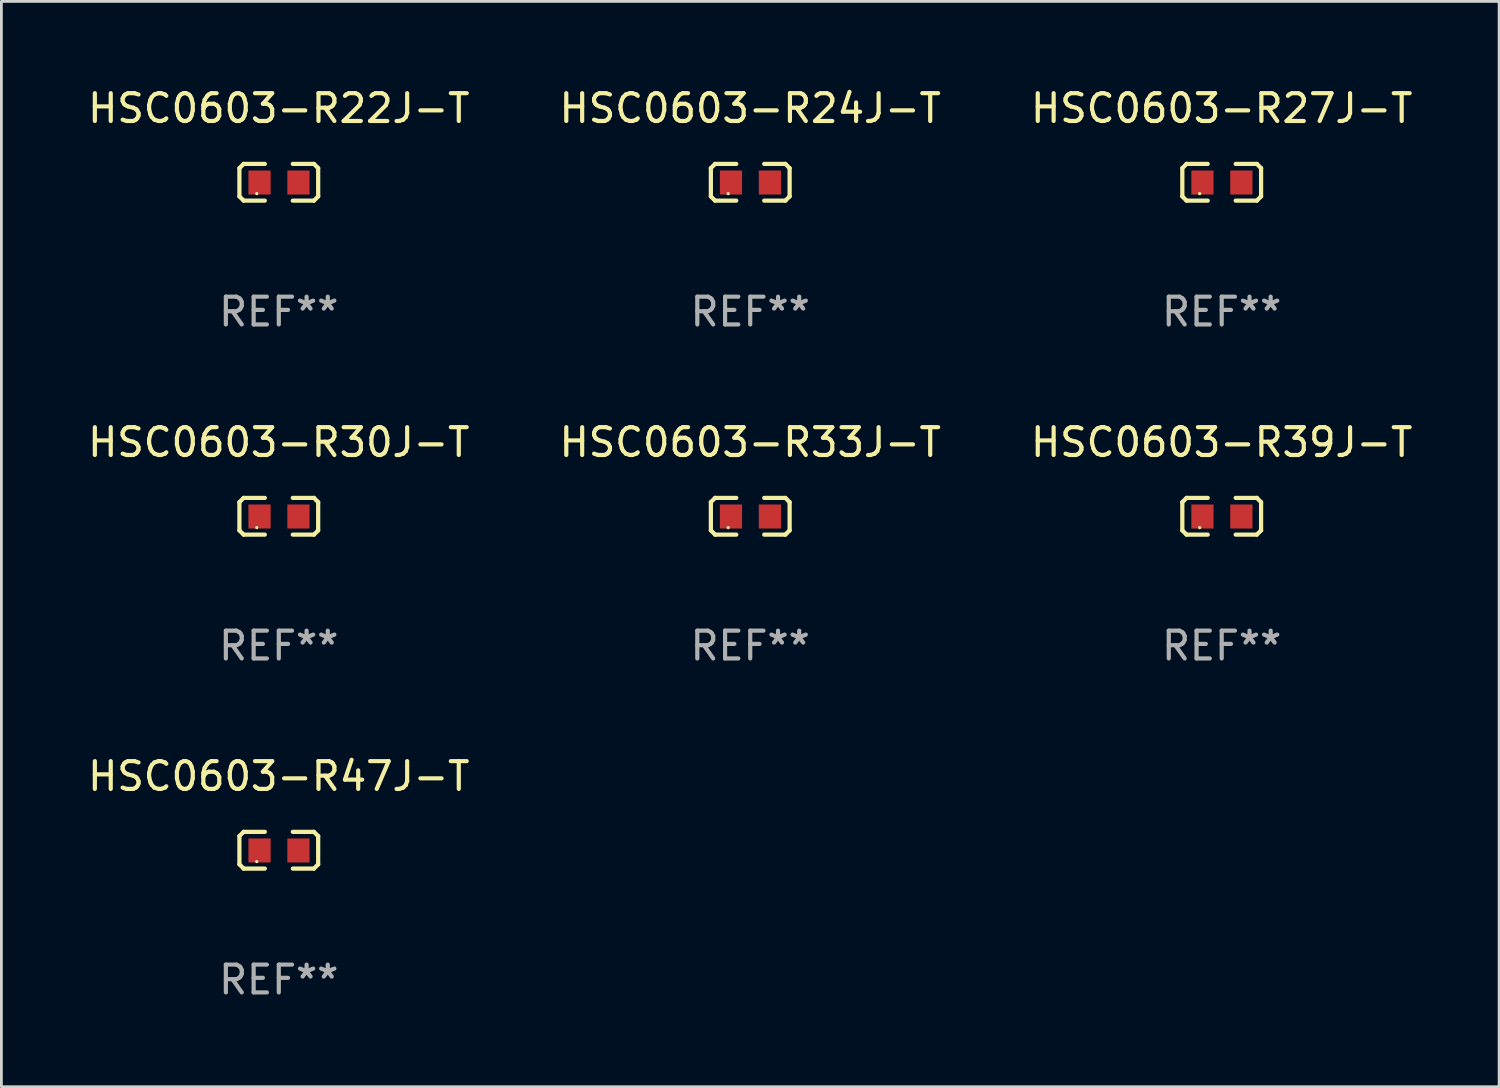
<source format=kicad_pcb>
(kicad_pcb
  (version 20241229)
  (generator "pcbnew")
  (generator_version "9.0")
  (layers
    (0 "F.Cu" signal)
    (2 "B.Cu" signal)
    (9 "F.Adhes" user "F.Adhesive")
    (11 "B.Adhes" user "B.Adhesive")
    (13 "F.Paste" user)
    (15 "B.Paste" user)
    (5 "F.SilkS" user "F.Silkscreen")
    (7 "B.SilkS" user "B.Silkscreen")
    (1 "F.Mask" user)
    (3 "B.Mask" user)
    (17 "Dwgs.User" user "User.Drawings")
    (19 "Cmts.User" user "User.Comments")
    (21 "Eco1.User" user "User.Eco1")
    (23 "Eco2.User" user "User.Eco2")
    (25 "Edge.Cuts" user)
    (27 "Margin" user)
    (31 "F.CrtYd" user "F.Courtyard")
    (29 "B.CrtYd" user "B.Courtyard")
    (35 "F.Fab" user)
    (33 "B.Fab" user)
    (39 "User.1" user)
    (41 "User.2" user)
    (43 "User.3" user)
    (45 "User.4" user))
  (footprint "HSC0603-R33J-T"
    (layer "F.Cu")
    (at 23.946 15.527)
    (property "Reference" "HSC0603-R33J-T" (at 0 -2.661 0) (layer "F.SilkS") (effects (font (size 1 1) (thickness 0.15))))
    (attr through_hole)
    (fp_line (start -1.417 -0.508) (end -1.265 -0.661) (stroke (width 0.152) (type solid)) (layer "F.SilkS"))
    (fp_line (start -1.417 0.508) (end -1.417 -0.508) (stroke (width 0.152) (type solid)) (layer "F.SilkS"))
    (fp_line (start -1.265 -0.661) (end -0.503 -0.661) (stroke (width 0.152) (type solid)) (layer "F.SilkS"))
    (fp_line (start -1.265 0.661) (end -1.417 0.508) (stroke (width 0.152) (type solid)) (layer "F.SilkS"))
    (fp_line (start -1.265 0.661) (end -0.503 0.661) (stroke (width 0.152) (type solid)) (layer "F.SilkS"))
    (fp_line (start 1.265 -0.661) (end 0.503 -0.661) (stroke (width 0.152) (type solid)) (layer "F.SilkS"))
    (fp_line (start 1.265 -0.661) (end 1.417 -0.508) (stroke (width 0.152) (type solid)) (layer "F.SilkS"))
    (fp_line (start 1.265 0.661) (end 0.503 0.661) (stroke (width 0.152) (type solid)) (layer "F.SilkS"))
    (fp_line (start 1.417 -0.508) (end 1.417 0.508) (stroke (width 0.152) (type solid)) (layer "F.SilkS"))
    (fp_line (start 1.417 0.508) (end 1.265 0.661) (stroke (width 0.152) (type solid)) (layer "F.SilkS"))
    (fp_circle (center -0.793 0.409) (end -0.763 0.409) (stroke (width 0.06) (type solid)) (fill no) (layer "F.SilkS"))
    (fp_text user "REF**" (at 0 4.661 0) (layer "F.Fab") (effects (font (size 1 1) (thickness 0.15))))
    (pad "1" smd rect (at -0.693 0.009 180) (size 0.8 0.864) (layers "F.Cu" "F.Mask" "F.Paste"))
    (pad "2" smd rect (at 0.707 0.009 180) (size 0.8 0.864) (layers "F.Cu" "F.Mask" "F.Paste")))
  (footprint "HSC0603-R24J-T"
    (layer "F.Cu")
    (at 23.946 3.509)
    (property "Reference" "HSC0603-R24J-T" (at 0 -2.661 0) (layer "F.SilkS") (effects (font (size 1 1) (thickness 0.15))))
    (attr through_hole)
    (fp_line (start -1.417 -0.508) (end -1.265 -0.661) (stroke (width 0.152) (type solid)) (layer "F.SilkS"))
    (fp_line (start -1.417 0.508) (end -1.417 -0.508) (stroke (width 0.152) (type solid)) (layer "F.SilkS"))
    (fp_line (start -1.265 -0.661) (end -0.503 -0.661) (stroke (width 0.152) (type solid)) (layer "F.SilkS"))
    (fp_line (start -1.265 0.661) (end -1.417 0.508) (stroke (width 0.152) (type solid)) (layer "F.SilkS"))
    (fp_line (start -1.265 0.661) (end -0.503 0.661) (stroke (width 0.152) (type solid)) (layer "F.SilkS"))
    (fp_line (start 1.265 -0.661) (end 0.503 -0.661) (stroke (width 0.152) (type solid)) (layer "F.SilkS"))
    (fp_line (start 1.265 -0.661) (end 1.417 -0.508) (stroke (width 0.152) (type solid)) (layer "F.SilkS"))
    (fp_line (start 1.265 0.661) (end 0.503 0.661) (stroke (width 0.152) (type solid)) (layer "F.SilkS"))
    (fp_line (start 1.417 -0.508) (end 1.417 0.508) (stroke (width 0.152) (type solid)) (layer "F.SilkS"))
    (fp_line (start 1.417 0.508) (end 1.265 0.661) (stroke (width 0.152) (type solid)) (layer "F.SilkS"))
    (fp_circle (center -0.793 0.409) (end -0.763 0.409) (stroke (width 0.06) (type solid)) (fill no) (layer "F.SilkS"))
    (fp_text user "REF**" (at 0 4.661 0) (layer "F.Fab") (effects (font (size 1 1) (thickness 0.15))))
    (pad "1" smd rect (at -0.693 0.009 180) (size 0.8 0.864) (layers "F.Cu" "F.Mask" "F.Paste"))
    (pad "2" smd rect (at 0.707 0.009 180) (size 0.8 0.864) (layers "F.Cu" "F.Mask" "F.Paste")))
  (footprint "HSC0603-R39J-T"
    (layer "F.Cu")
    (at 40.911 15.527)
    (property "Reference" "HSC0603-R39J-T" (at 0 -2.661 0) (layer "F.SilkS") (effects (font (size 1 1) (thickness 0.15))))
    (attr through_hole)
    (fp_line (start -1.417 -0.508) (end -1.265 -0.661) (stroke (width 0.152) (type solid)) (layer "F.SilkS"))
    (fp_line (start -1.417 0.508) (end -1.417 -0.508) (stroke (width 0.152) (type solid)) (layer "F.SilkS"))
    (fp_line (start -1.265 -0.661) (end -0.503 -0.661) (stroke (width 0.152) (type solid)) (layer "F.SilkS"))
    (fp_line (start -1.265 0.661) (end -1.417 0.508) (stroke (width 0.152) (type solid)) (layer "F.SilkS"))
    (fp_line (start -1.265 0.661) (end -0.503 0.661) (stroke (width 0.152) (type solid)) (layer "F.SilkS"))
    (fp_line (start 1.265 -0.661) (end 0.503 -0.661) (stroke (width 0.152) (type solid)) (layer "F.SilkS"))
    (fp_line (start 1.265 -0.661) (end 1.417 -0.508) (stroke (width 0.152) (type solid)) (layer "F.SilkS"))
    (fp_line (start 1.265 0.661) (end 0.503 0.661) (stroke (width 0.152) (type solid)) (layer "F.SilkS"))
    (fp_line (start 1.417 -0.508) (end 1.417 0.508) (stroke (width 0.152) (type solid)) (layer "F.SilkS"))
    (fp_line (start 1.417 0.508) (end 1.265 0.661) (stroke (width 0.152) (type solid)) (layer "F.SilkS"))
    (fp_circle (center -0.793 0.409) (end -0.763 0.409) (stroke (width 0.06) (type solid)) (fill no) (layer "F.SilkS"))
    (fp_text user "REF**" (at 0 4.661 0) (layer "F.Fab") (effects (font (size 1 1) (thickness 0.15))))
    (pad "1" smd rect (at -0.693 0.009 180) (size 0.8 0.864) (layers "F.Cu" "F.Mask" "F.Paste"))
    (pad "2" smd rect (at 0.707 0.009 180) (size 0.8 0.864) (layers "F.Cu" "F.Mask" "F.Paste")))
  (footprint "HSC0603-R22J-T"
    (layer "F.Cu")
    (at 6.982 3.509)
    (property "Reference" "HSC0603-R22J-T" (at 0 -2.661 0) (layer "F.SilkS") (effects (font (size 1 1) (thickness 0.15))))
    (attr through_hole)
    (fp_line (start -1.417 -0.508) (end -1.265 -0.661) (stroke (width 0.152) (type solid)) (layer "F.SilkS"))
    (fp_line (start -1.417 0.508) (end -1.417 -0.508) (stroke (width 0.152) (type solid)) (layer "F.SilkS"))
    (fp_line (start -1.265 -0.661) (end -0.503 -0.661) (stroke (width 0.152) (type solid)) (layer "F.SilkS"))
    (fp_line (start -1.265 0.661) (end -1.417 0.508) (stroke (width 0.152) (type solid)) (layer "F.SilkS"))
    (fp_line (start -1.265 0.661) (end -0.503 0.661) (stroke (width 0.152) (type solid)) (layer "F.SilkS"))
    (fp_line (start 1.265 -0.661) (end 0.503 -0.661) (stroke (width 0.152) (type solid)) (layer "F.SilkS"))
    (fp_line (start 1.265 -0.661) (end 1.417 -0.508) (stroke (width 0.152) (type solid)) (layer "F.SilkS"))
    (fp_line (start 1.265 0.661) (end 0.503 0.661) (stroke (width 0.152) (type solid)) (layer "F.SilkS"))
    (fp_line (start 1.417 -0.508) (end 1.417 0.508) (stroke (width 0.152) (type solid)) (layer "F.SilkS"))
    (fp_line (start 1.417 0.508) (end 1.265 0.661) (stroke (width 0.152) (type solid)) (layer "F.SilkS"))
    (fp_circle (center -0.793 0.409) (end -0.763 0.409) (stroke (width 0.06) (type solid)) (fill no) (layer "F.SilkS"))
    (fp_text user "REF**" (at 0 4.661 0) (layer "F.Fab") (effects (font (size 1 1) (thickness 0.15))))
    (pad "1" smd rect (at -0.693 0.009 180) (size 0.8 0.864) (layers "F.Cu" "F.Mask" "F.Paste"))
    (pad "2" smd rect (at 0.707 0.009 180) (size 0.8 0.864) (layers "F.Cu" "F.Mask" "F.Paste")))
  (footprint "HSC0603-R27J-T"
    (layer "F.Cu")
    (at 40.911 3.509)
    (property "Reference" "HSC0603-R27J-T" (at 0 -2.661 0) (layer "F.SilkS") (effects (font (size 1 1) (thickness 0.15))))
    (attr through_hole)
    (fp_line (start -1.417 -0.508) (end -1.265 -0.661) (stroke (width 0.152) (type solid)) (layer "F.SilkS"))
    (fp_line (start -1.417 0.508) (end -1.417 -0.508) (stroke (width 0.152) (type solid)) (layer "F.SilkS"))
    (fp_line (start -1.265 -0.661) (end -0.503 -0.661) (stroke (width 0.152) (type solid)) (layer "F.SilkS"))
    (fp_line (start -1.265 0.661) (end -1.417 0.508) (stroke (width 0.152) (type solid)) (layer "F.SilkS"))
    (fp_line (start -1.265 0.661) (end -0.503 0.661) (stroke (width 0.152) (type solid)) (layer "F.SilkS"))
    (fp_line (start 1.265 -0.661) (end 0.503 -0.661) (stroke (width 0.152) (type solid)) (layer "F.SilkS"))
    (fp_line (start 1.265 -0.661) (end 1.417 -0.508) (stroke (width 0.152) (type solid)) (layer "F.SilkS"))
    (fp_line (start 1.265 0.661) (end 0.503 0.661) (stroke (width 0.152) (type solid)) (layer "F.SilkS"))
    (fp_line (start 1.417 -0.508) (end 1.417 0.508) (stroke (width 0.152) (type solid)) (layer "F.SilkS"))
    (fp_line (start 1.417 0.508) (end 1.265 0.661) (stroke (width 0.152) (type solid)) (layer "F.SilkS"))
    (fp_circle (center -0.793 0.409) (end -0.763 0.409) (stroke (width 0.06) (type solid)) (fill no) (layer "F.SilkS"))
    (fp_text user "REF**" (at 0 4.661 0) (layer "F.Fab") (effects (font (size 1 1) (thickness 0.15))))
    (pad "1" smd rect (at -0.693 0.009 180) (size 0.8 0.864) (layers "F.Cu" "F.Mask" "F.Paste"))
    (pad "2" smd rect (at 0.707 0.009 180) (size 0.8 0.864) (layers "F.Cu" "F.Mask" "F.Paste")))
  (footprint "HSC0603-R47J-T"
    (layer "F.Cu")
    (at 6.982 27.544)
    (property "Reference" "HSC0603-R47J-T" (at 0 -2.661 0) (layer "F.SilkS") (effects (font (size 1 1) (thickness 0.15))))
    (attr through_hole)
    (fp_line (start -1.417 -0.508) (end -1.265 -0.661) (stroke (width 0.152) (type solid)) (layer "F.SilkS"))
    (fp_line (start -1.417 0.508) (end -1.417 -0.508) (stroke (width 0.152) (type solid)) (layer "F.SilkS"))
    (fp_line (start -1.265 -0.661) (end -0.503 -0.661) (stroke (width 0.152) (type solid)) (layer "F.SilkS"))
    (fp_line (start -1.265 0.661) (end -1.417 0.508) (stroke (width 0.152) (type solid)) (layer "F.SilkS"))
    (fp_line (start -1.265 0.661) (end -0.503 0.661) (stroke (width 0.152) (type solid)) (layer "F.SilkS"))
    (fp_line (start 1.265 -0.661) (end 0.503 -0.661) (stroke (width 0.152) (type solid)) (layer "F.SilkS"))
    (fp_line (start 1.265 -0.661) (end 1.417 -0.508) (stroke (width 0.152) (type solid)) (layer "F.SilkS"))
    (fp_line (start 1.265 0.661) (end 0.503 0.661) (stroke (width 0.152) (type solid)) (layer "F.SilkS"))
    (fp_line (start 1.417 -0.508) (end 1.417 0.508) (stroke (width 0.152) (type solid)) (layer "F.SilkS"))
    (fp_line (start 1.417 0.508) (end 1.265 0.661) (stroke (width 0.152) (type solid)) (layer "F.SilkS"))
    (fp_circle (center -0.793 0.409) (end -0.763 0.409) (stroke (width 0.06) (type solid)) (fill no) (layer "F.SilkS"))
    (fp_text user "REF**" (at 0 4.661 0) (layer "F.Fab") (effects (font (size 1 1) (thickness 0.15))))
    (pad "1" smd rect (at -0.693 0.009 180) (size 0.8 0.864) (layers "F.Cu" "F.Mask" "F.Paste"))
    (pad "2" smd rect (at 0.707 0.009 180) (size 0.8 0.864) (layers "F.Cu" "F.Mask" "F.Paste")))
  (footprint "HSC0603-R30J-T"
    (layer "F.Cu")
    (at 6.982 15.527)
    (property "Reference" "HSC0603-R30J-T" (at 0 -2.661 0) (layer "F.SilkS") (effects (font (size 1 1) (thickness 0.15))))
    (attr through_hole)
    (fp_line (start -1.417 -0.508) (end -1.265 -0.661) (stroke (width 0.152) (type solid)) (layer "F.SilkS"))
    (fp_line (start -1.417 0.508) (end -1.417 -0.508) (stroke (width 0.152) (type solid)) (layer "F.SilkS"))
    (fp_line (start -1.265 -0.661) (end -0.503 -0.661) (stroke (width 0.152) (type solid)) (layer "F.SilkS"))
    (fp_line (start -1.265 0.661) (end -1.417 0.508) (stroke (width 0.152) (type solid)) (layer "F.SilkS"))
    (fp_line (start -1.265 0.661) (end -0.503 0.661) (stroke (width 0.152) (type solid)) (layer "F.SilkS"))
    (fp_line (start 1.265 -0.661) (end 0.503 -0.661) (stroke (width 0.152) (type solid)) (layer "F.SilkS"))
    (fp_line (start 1.265 -0.661) (end 1.417 -0.508) (stroke (width 0.152) (type solid)) (layer "F.SilkS"))
    (fp_line (start 1.265 0.661) (end 0.503 0.661) (stroke (width 0.152) (type solid)) (layer "F.SilkS"))
    (fp_line (start 1.417 -0.508) (end 1.417 0.508) (stroke (width 0.152) (type solid)) (layer "F.SilkS"))
    (fp_line (start 1.417 0.508) (end 1.265 0.661) (stroke (width 0.152) (type solid)) (layer "F.SilkS"))
    (fp_circle (center -0.793 0.409) (end -0.763 0.409) (stroke (width 0.06) (type solid)) (fill no) (layer "F.SilkS"))
    (fp_text user "REF**" (at 0 4.661 0) (layer "F.Fab") (effects (font (size 1 1) (thickness 0.15))))
    (pad "1" smd rect (at -0.693 0.009 180) (size 0.8 0.864) (layers "F.Cu" "F.Mask" "F.Paste"))
    (pad "2" smd rect (at 0.707 0.009 180) (size 0.8 0.864) (layers "F.Cu" "F.Mask" "F.Paste")))
  (gr_rect
    (start -3 -3)
    (end 50.893 36.053)
    (stroke (width 0.1) (type default))
    (fill no)
    (layer "Edge.Cuts")))
</source>
